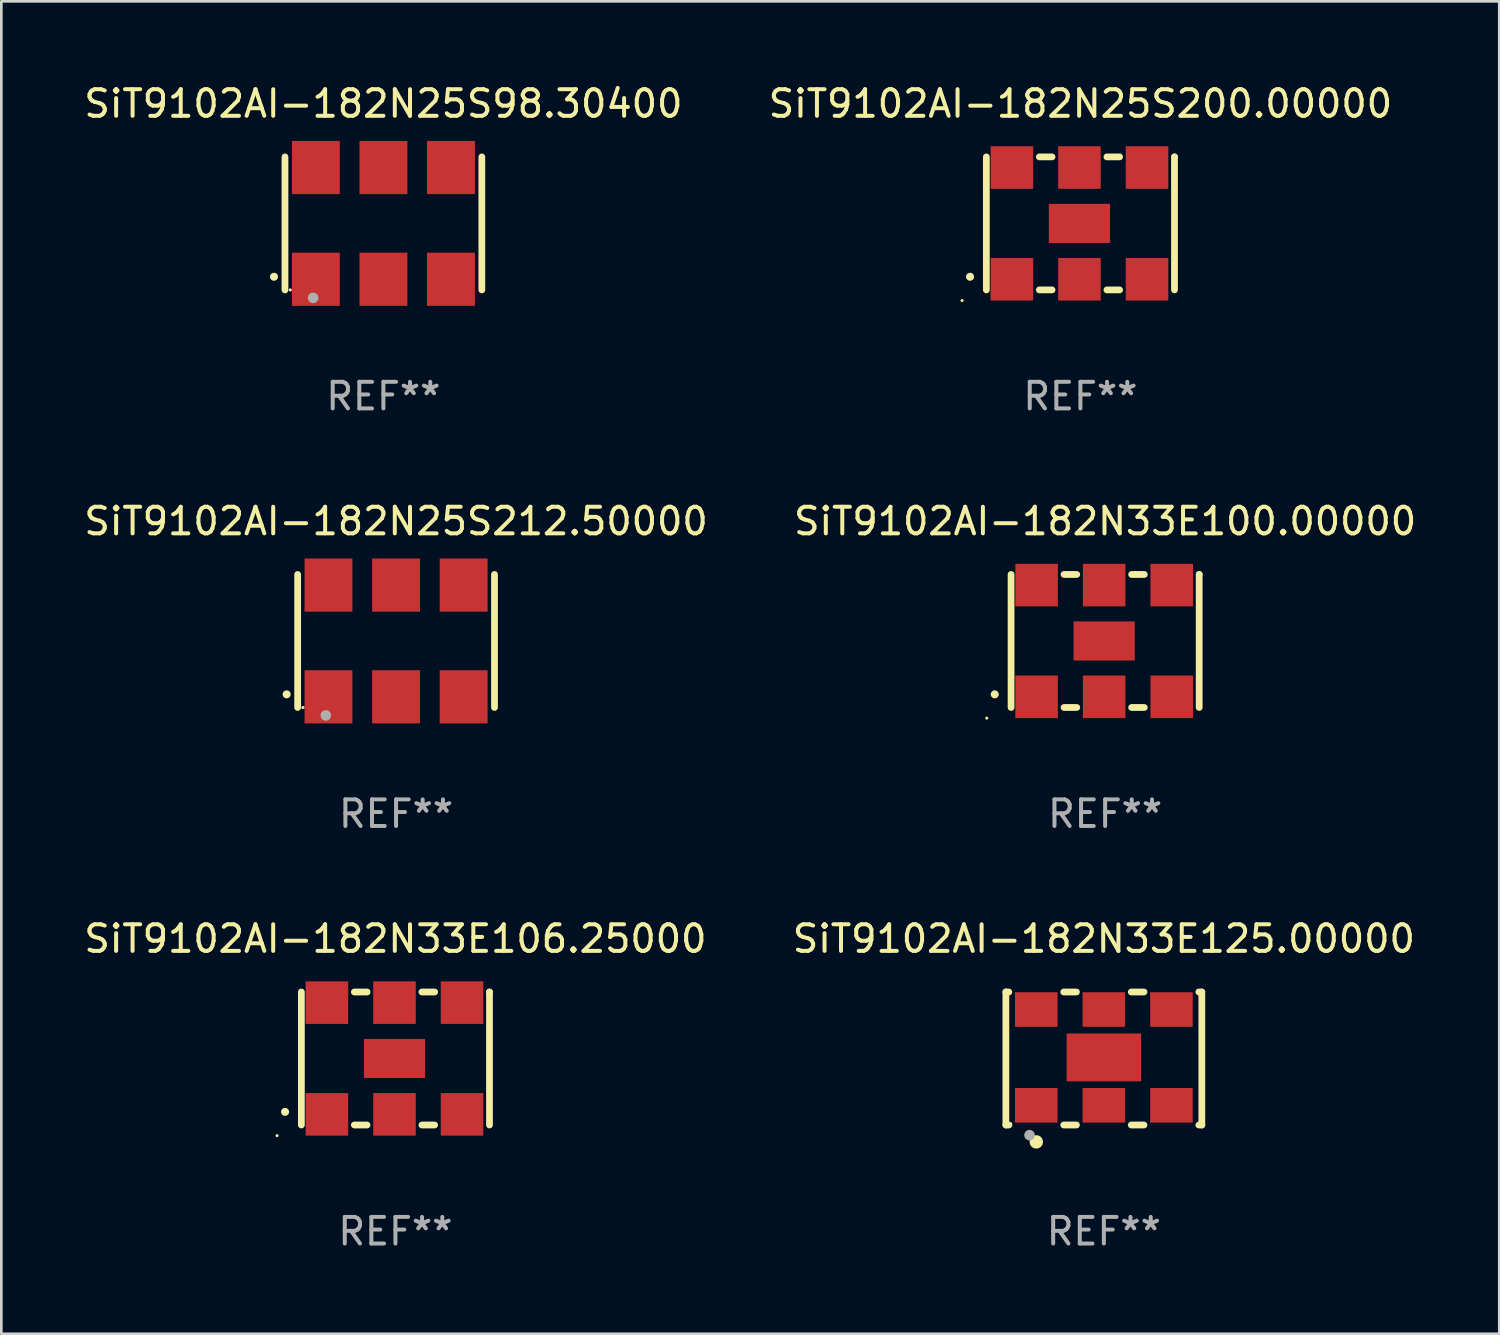
<source format=kicad_pcb>
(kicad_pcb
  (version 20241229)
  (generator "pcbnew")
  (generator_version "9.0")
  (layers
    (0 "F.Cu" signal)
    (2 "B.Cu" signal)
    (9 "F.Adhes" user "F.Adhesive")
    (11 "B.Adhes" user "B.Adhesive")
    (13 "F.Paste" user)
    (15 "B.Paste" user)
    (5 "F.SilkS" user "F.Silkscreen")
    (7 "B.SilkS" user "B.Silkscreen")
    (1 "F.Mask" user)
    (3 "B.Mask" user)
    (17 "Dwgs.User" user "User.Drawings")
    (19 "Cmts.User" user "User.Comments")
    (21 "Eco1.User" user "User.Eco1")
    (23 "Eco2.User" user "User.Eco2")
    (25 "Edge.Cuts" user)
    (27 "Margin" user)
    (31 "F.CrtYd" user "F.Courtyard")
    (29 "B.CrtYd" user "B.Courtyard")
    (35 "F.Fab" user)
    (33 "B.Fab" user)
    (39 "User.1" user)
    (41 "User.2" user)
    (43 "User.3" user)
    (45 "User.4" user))
  (footprint "SiT9102AI-182N25S212.50000"
    (layer "F.Cu")
    (at 11.839 21.045)
    (property "Reference" "SiT9102AI-182N25S212.50000" (at 0 -4.5 0) (layer "F.SilkS") (effects (font (size 1 1) (thickness 0.15))))
    (attr through_hole)
    (fp_line (start -3.7 -2.5) (end -3.7 2.5) (stroke (width 0.254) (type solid)) (layer "F.SilkS"))
    (fp_line (start 3.7 -2.5) (end 3.7 2.5) (stroke (width 0.254) (type solid)) (layer "F.SilkS"))
    (fp_arc (start -4.114415 2.006604) (mid -4.113145 2.006599) (end -4.111875 2.006604) (stroke (width 0.3) (type solid)) (layer "F.SilkS"))
    (fp_circle (center -3.5 2.501) (end -3.47 2.501) (stroke (width 0.06) (type solid)) (fill no) (layer "F.SilkS"))
    (fp_circle (center -2.641 2.799) (end -2.541 2.799) (stroke (width 0.2) (type solid)) (fill no) (layer "F.Fab"))
    (fp_text user "REF**" (at 0 6.5 0) (layer "F.Fab") (effects (font (size 1 1) (thickness 0.15))))
    (pad "1" smd rect (at -2.54 2.1) (size 1.8 2) (layers "F.Cu" "F.Mask" "F.Paste"))
    (pad "2" smd rect (at 0.000394 2.1) (size 1.8 2) (layers "F.Cu" "F.Mask" "F.Paste"))
    (pad "3" smd rect (at 2.54 2.1) (size 1.8 2) (layers "F.Cu" "F.Mask" "F.Paste"))
    (pad "4" smd rect (at 2.54 -2.1) (size 1.8 2) (layers "F.Cu" "F.Mask" "F.Paste"))
    (pad "5" smd rect (at 0.000394 -2.1) (size 1.8 2) (layers "F.Cu" "F.Mask" "F.Paste"))
    (pad "6" smd rect (at -2.54 -2.1) (size 1.8 2) (layers "F.Cu" "F.Mask" "F.Paste")))
  (footprint "SiT9102AI-182N33E106.25000"
    (layer "F.Cu")
    (at 11.815 36.741)
    (property "Reference" "SiT9102AI-182N33E106.25000" (at 0 -4.5 0) (layer "F.SilkS") (effects (font (size 1 1) (thickness 0.15))))
    (attr through_hole)
    (fp_line (start -3.536 -2.5) (end -3.536 2.5) (stroke (width 0.254) (type solid)) (layer "F.SilkS"))
    (fp_line (start -1.544 2.5) (end -1.067 2.5) (stroke (width 0.254) (type solid)) (layer "F.SilkS"))
    (fp_line (start -1.067 -2.5) (end -1.544 -2.5) (stroke (width 0.254) (type solid)) (layer "F.SilkS"))
    (fp_line (start 0.996 2.5) (end 1.473 2.5) (stroke (width 0.254) (type solid)) (layer "F.SilkS"))
    (fp_line (start 1.473 -2.5) (end 0.996 -2.5) (stroke (width 0.254) (type solid)) (layer "F.SilkS"))
    (fp_line (start 3.536 -2.5) (end 3.536 -2.5) (stroke (width 0.254) (type solid)) (layer "F.SilkS"))
    (fp_line (start 3.536 2.5) (end 3.536 -2.5) (stroke (width 0.254) (type solid)) (layer "F.SilkS"))
    (fp_arc (start -4.150432 2.006604) (mid -4.149162 2.006599) (end -4.147892 2.006604) (stroke (width 0.3) (type solid)) (layer "F.SilkS"))
    (fp_circle (center -4.449 2.9) (end -4.419 2.9) (stroke (width 0.06) (type solid)) (fill no) (layer "F.SilkS"))
    (fp_text user "REF**" (at 0 6.5 0) (layer "F.Fab") (effects (font (size 1 1) (thickness 0.15))))
    (pad "1" smd rect (at -2.576 2.1) (size 1.6 1.6) (layers "F.Cu" "F.Mask" "F.Paste"))
    (pad "2" smd rect (at -0.036 2.1) (size 1.6 1.6) (layers "F.Cu" "F.Mask" "F.Paste"))
    (pad "3" smd rect (at 2.504 2.1) (size 1.6 1.6) (layers "F.Cu" "F.Mask" "F.Paste"))
    (pad "4" smd rect (at 2.504 -2.1) (size 1.6 1.6) (layers "F.Cu" "F.Mask" "F.Paste"))
    (pad "5" smd rect (at -0.036 -2.1) (size 1.6 1.6) (layers "F.Cu" "F.Mask" "F.Paste"))
    (pad "6" smd rect (at -2.576 -2.1) (size 1.6 1.6) (layers "F.Cu" "F.Mask" "F.Paste"))
    (pad "7" smd rect (at -0.036 0) (size 2.3 1.47) (layers "F.Cu" "F.Mask" "F.Paste")))
  (footprint "SiT9102AI-182N25S98.30400"
    (layer "F.Cu")
    (at 11.363 5.348)
    (property "Reference" "SiT9102AI-182N25S98.30400" (at 0 -4.5 0) (layer "F.SilkS") (effects (font (size 1 1) (thickness 0.15))))
    (attr through_hole)
    (fp_line (start -3.7 -2.5) (end -3.7 2.5) (stroke (width 0.254) (type solid)) (layer "F.SilkS"))
    (fp_line (start 3.7 -2.5) (end 3.7 2.5) (stroke (width 0.254) (type solid)) (layer "F.SilkS"))
    (fp_arc (start -4.114415 2.006604) (mid -4.113145 2.006599) (end -4.111875 2.006604) (stroke (width 0.3) (type solid)) (layer "F.SilkS"))
    (fp_circle (center -3.5 2.501) (end -3.47 2.501) (stroke (width 0.06) (type solid)) (fill no) (layer "F.SilkS"))
    (fp_circle (center -2.641 2.799) (end -2.541 2.799) (stroke (width 0.2) (type solid)) (fill no) (layer "F.Fab"))
    (fp_text user "REF**" (at 0 6.5 0) (layer "F.Fab") (effects (font (size 1 1) (thickness 0.15))))
    (pad "1" smd rect (at -2.54 2.1) (size 1.8 2) (layers "F.Cu" "F.Mask" "F.Paste"))
    (pad "2" smd rect (at 0.000394 2.1) (size 1.8 2) (layers "F.Cu" "F.Mask" "F.Paste"))
    (pad "3" smd rect (at 2.54 2.1) (size 1.8 2) (layers "F.Cu" "F.Mask" "F.Paste"))
    (pad "4" smd rect (at 2.54 -2.1) (size 1.8 2) (layers "F.Cu" "F.Mask" "F.Paste"))
    (pad "5" smd rect (at 0.000394 -2.1) (size 1.8 2) (layers "F.Cu" "F.Mask" "F.Paste"))
    (pad "6" smd rect (at -2.54 -2.1) (size 1.8 2) (layers "F.Cu" "F.Mask" "F.Paste")))
  (footprint "SiT9102AI-182N33E125.00000"
    (layer "F.Cu")
    (at 38.446 36.741)
    (property "Reference" "SiT9102AI-182N33E125.00000" (at 0 -4.5 0) (layer "F.SilkS") (effects (font (size 1 1) (thickness 0.15))))
    (attr through_hole)
    (fp_line (start -3.683 -2.5) (end -3.571 -2.5) (stroke (width 0.254) (type solid)) (layer "F.SilkS"))
    (fp_line (start -3.683 2.5) (end -3.683 -2.5) (stroke (width 0.254) (type solid)) (layer "F.SilkS"))
    (fp_line (start -3.683 2.5) (end -3.571 2.5) (stroke (width 0.254) (type solid)) (layer "F.SilkS"))
    (fp_line (start -1.509 -2.5) (end -1.031 -2.5) (stroke (width 0.254) (type solid)) (layer "F.SilkS"))
    (fp_line (start -1.509 2.5) (end -1.031 2.5) (stroke (width 0.254) (type solid)) (layer "F.SilkS"))
    (fp_line (start 1.031 -2.5) (end 1.509 -2.5) (stroke (width 0.254) (type solid)) (layer "F.SilkS"))
    (fp_line (start 1.031 2.5) (end 1.509 2.5) (stroke (width 0.254) (type solid)) (layer "F.SilkS"))
    (fp_line (start 3.571 -2.5) (end 3.683 -2.5) (stroke (width 0.254) (type solid)) (layer "F.SilkS"))
    (fp_line (start 3.571 2.5) (end 3.683 2.5) (stroke (width 0.254) (type solid)) (layer "F.SilkS"))
    (fp_line (start 3.683 2.5) (end 3.683 -2.5) (stroke (width 0.254) (type solid)) (layer "F.SilkS"))
    (fp_circle (center -3.5 2.46) (end -3.47 2.46) (stroke (width 0.06) (type solid)) (fill no) (layer "F.SilkS"))
    (fp_circle (center -2.54 3.135) (end -2.413 3.135) (stroke (width 0.254) (type solid)) (fill no) (layer "F.SilkS"))
    (fp_circle (center -2.794 2.881) (end -2.694 2.881) (stroke (width 0.2) (type solid)) (fill no) (layer "F.Fab"))
    (fp_text user "REF**" (at 0 6.5 0) (layer "F.Fab") (effects (font (size 1 1) (thickness 0.15))))
    (pad "1" smd rect (at -2.54 1.76) (size 1.6 1.3) (layers "F.Cu" "F.Mask" "F.Paste"))
    (pad "2" smd rect (at 0 1.76) (size 1.6 1.3) (layers "F.Cu" "F.Mask" "F.Paste"))
    (pad "3" smd rect (at 2.54 1.76) (size 1.6 1.3) (layers "F.Cu" "F.Mask" "F.Paste"))
    (pad "4" smd rect (at 2.54 -1.84) (size 1.6 1.3) (layers "F.Cu" "F.Mask" "F.Paste"))
    (pad "5" smd rect (at 0 -1.84) (size 1.6 1.3) (layers "F.Cu" "F.Mask" "F.Paste"))
    (pad "6" smd rect (at -2.54 -1.84) (size 1.6 1.3) (layers "F.Cu" "F.Mask" "F.Paste"))
    (pad "7" smd rect (at 0 -0.04) (size 2.8 1.8) (layers "F.Cu" "F.Mask" "F.Paste")))
  (footprint "SiT9102AI-182N25S200.00000"
    (layer "F.Cu")
    (at 37.565 5.348)
    (property "Reference" "SiT9102AI-182N25S200.00000" (at 0 -4.5 0) (layer "F.SilkS") (effects (font (size 1 1) (thickness 0.15))))
    (attr through_hole)
    (fp_line (start -3.536 -2.5) (end -3.536 2.5) (stroke (width 0.254) (type solid)) (layer "F.SilkS"))
    (fp_line (start -1.544 2.5) (end -1.067 2.5) (stroke (width 0.254) (type solid)) (layer "F.SilkS"))
    (fp_line (start -1.067 -2.5) (end -1.544 -2.5) (stroke (width 0.254) (type solid)) (layer "F.SilkS"))
    (fp_line (start 0.996 2.5) (end 1.473 2.5) (stroke (width 0.254) (type solid)) (layer "F.SilkS"))
    (fp_line (start 1.473 -2.5) (end 0.996 -2.5) (stroke (width 0.254) (type solid)) (layer "F.SilkS"))
    (fp_line (start 3.536 -2.5) (end 3.536 -2.5) (stroke (width 0.254) (type solid)) (layer "F.SilkS"))
    (fp_line (start 3.536 2.5) (end 3.536 -2.5) (stroke (width 0.254) (type solid)) (layer "F.SilkS"))
    (fp_arc (start -4.150432 2.006604) (mid -4.149162 2.006599) (end -4.147892 2.006604) (stroke (width 0.3) (type solid)) (layer "F.SilkS"))
    (fp_circle (center -4.449 2.9) (end -4.419 2.9) (stroke (width 0.06) (type solid)) (fill no) (layer "F.SilkS"))
    (fp_text user "REF**" (at 0 6.5 0) (layer "F.Fab") (effects (font (size 1 1) (thickness 0.15))))
    (pad "1" smd rect (at -2.576 2.1) (size 1.6 1.6) (layers "F.Cu" "F.Mask" "F.Paste"))
    (pad "2" smd rect (at -0.036 2.1) (size 1.6 1.6) (layers "F.Cu" "F.Mask" "F.Paste"))
    (pad "3" smd rect (at 2.504 2.1) (size 1.6 1.6) (layers "F.Cu" "F.Mask" "F.Paste"))
    (pad "4" smd rect (at 2.504 -2.1) (size 1.6 1.6) (layers "F.Cu" "F.Mask" "F.Paste"))
    (pad "5" smd rect (at -0.036 -2.1) (size 1.6 1.6) (layers "F.Cu" "F.Mask" "F.Paste"))
    (pad "6" smd rect (at -2.576 -2.1) (size 1.6 1.6) (layers "F.Cu" "F.Mask" "F.Paste"))
    (pad "7" smd rect (at -0.036 0) (size 2.3 1.47) (layers "F.Cu" "F.Mask" "F.Paste")))
  (footprint "SiT9102AI-182N33E100.00000"
    (layer "F.Cu")
    (at 38.494 21.045)
    (property "Reference" "SiT9102AI-182N33E100.00000" (at 0 -4.5 0) (layer "F.SilkS") (effects (font (size 1 1) (thickness 0.15))))
    (attr through_hole)
    (fp_line (start -3.536 -2.5) (end -3.536 2.5) (stroke (width 0.254) (type solid)) (layer "F.SilkS"))
    (fp_line (start -1.544 2.5) (end -1.067 2.5) (stroke (width 0.254) (type solid)) (layer "F.SilkS"))
    (fp_line (start -1.067 -2.5) (end -1.544 -2.5) (stroke (width 0.254) (type solid)) (layer "F.SilkS"))
    (fp_line (start 0.996 2.5) (end 1.473 2.5) (stroke (width 0.254) (type solid)) (layer "F.SilkS"))
    (fp_line (start 1.473 -2.5) (end 0.996 -2.5) (stroke (width 0.254) (type solid)) (layer "F.SilkS"))
    (fp_line (start 3.536 -2.5) (end 3.536 -2.5) (stroke (width 0.254) (type solid)) (layer "F.SilkS"))
    (fp_line (start 3.536 2.5) (end 3.536 -2.5) (stroke (width 0.254) (type solid)) (layer "F.SilkS"))
    (fp_arc (start -4.150432 2.006604) (mid -4.149162 2.006599) (end -4.147892 2.006604) (stroke (width 0.3) (type solid)) (layer "F.SilkS"))
    (fp_circle (center -4.449 2.9) (end -4.419 2.9) (stroke (width 0.06) (type solid)) (fill no) (layer "F.SilkS"))
    (fp_text user "REF**" (at 0 6.5 0) (layer "F.Fab") (effects (font (size 1 1) (thickness 0.15))))
    (pad "1" smd rect (at -2.576 2.1) (size 1.6 1.6) (layers "F.Cu" "F.Mask" "F.Paste"))
    (pad "2" smd rect (at -0.036 2.1) (size 1.6 1.6) (layers "F.Cu" "F.Mask" "F.Paste"))
    (pad "3" smd rect (at 2.504 2.1) (size 1.6 1.6) (layers "F.Cu" "F.Mask" "F.Paste"))
    (pad "4" smd rect (at 2.504 -2.1) (size 1.6 1.6) (layers "F.Cu" "F.Mask" "F.Paste"))
    (pad "5" smd rect (at -0.036 -2.1) (size 1.6 1.6) (layers "F.Cu" "F.Mask" "F.Paste"))
    (pad "6" smd rect (at -2.576 -2.1) (size 1.6 1.6) (layers "F.Cu" "F.Mask" "F.Paste"))
    (pad "7" smd rect (at -0.036 0) (size 2.3 1.47) (layers "F.Cu" "F.Mask" "F.Paste")))
  (gr_rect
    (start -3 -3)
    (end 53.31 47.09)
    (stroke (width 0.1) (type default))
    (fill no)
    (layer "Edge.Cuts")))
</source>
